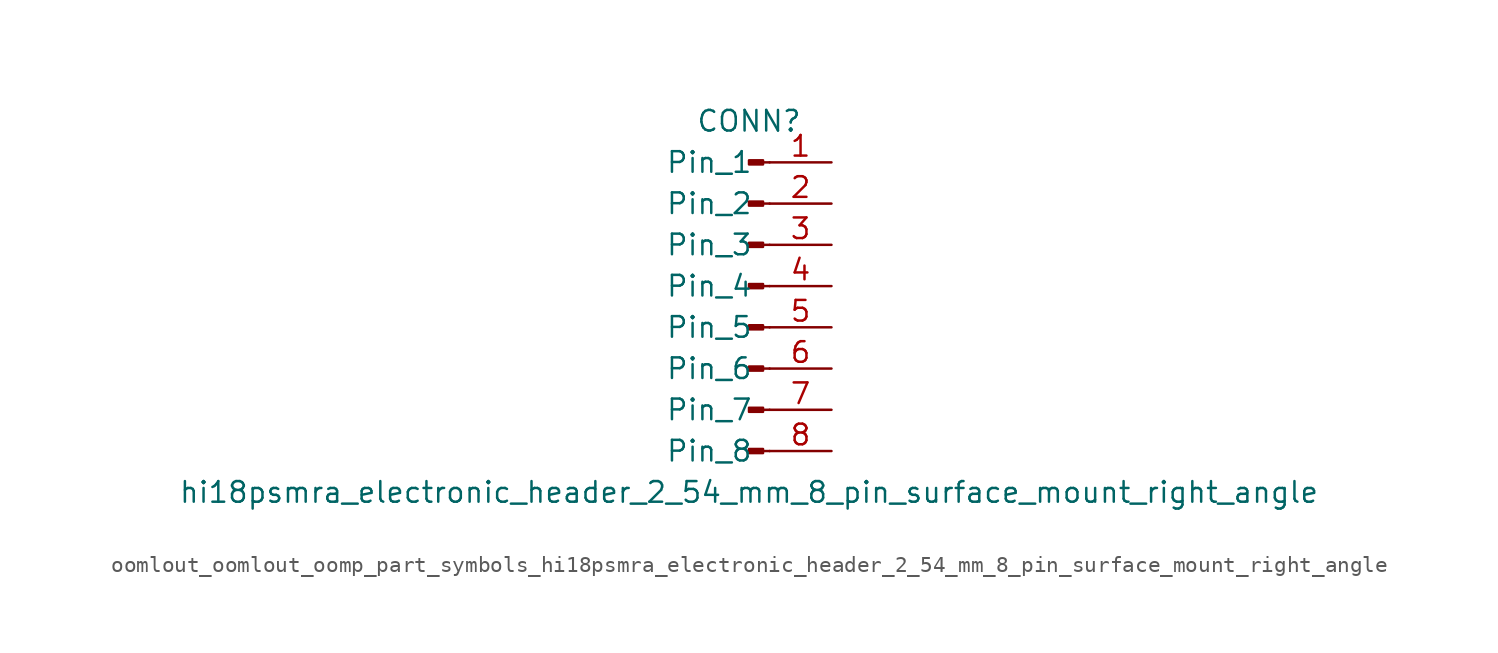
<source format=kicad_sym>
(kicad_symbol_lib
  (version 20220914)
  (generator kicad_symbol_editor)
  (symbol "oomlout_oomlout_oomp_part_symbols_hi18psmra_electronic_header_2_54_mm_8_pin_surface_mount_right_angle"
    (pin_names
      (offset 1.016))
    (property "Reference" "CONN"
      (at 0 10.16 0)
      (effects (font (size 1.27 1.27))))
    (property "Value" "hi18psmra_electronic_header_2_54_mm_8_pin_surface_mount_right_angle"
      (at 0 -12.7 0)
      (effects (font (size 1.27 1.27))))
    (property "ki_locked" ""
      (at 0 0 0)
      (effects (font (size 1.27 1.27))))
    (symbol "oomlout_oomlout_oomp_part_symbols_hi18psmra_electronic_header_2_54_mm_8_pin_surface_mount_right_angle_1_1"
      (polyline (pts (xy 1.27 -10.16) (xy 0.864 -10.16)) (stroke (width 0.152) (type default)) (fill (type none)))
      (polyline (pts (xy 1.27 -7.62) (xy 0.864 -7.62)) (stroke (width 0.152) (type default)) (fill (type none)))
      (polyline (pts (xy 1.27 -5.08) (xy 0.864 -5.08)) (stroke (width 0.152) (type default)) (fill (type none)))
      (polyline (pts (xy 1.27 -2.54) (xy 0.864 -2.54)) (stroke (width 0.152) (type default)) (fill (type none)))
      (polyline (pts (xy 1.27 0) (xy 0.864 0)) (stroke (width 0.152) (type default)) (fill (type none)))
      (polyline (pts (xy 1.27 2.54) (xy 0.864 2.54)) (stroke (width 0.152) (type default)) (fill (type none)))
      (polyline (pts (xy 1.27 5.08) (xy 0.864 5.08)) (stroke (width 0.152) (type default)) (fill (type none)))
      (polyline (pts (xy 1.27 7.62) (xy 0.864 7.62)) (stroke (width 0.152) (type default)) (fill (type none)))
      (rectangle (start 0.864 -10.033) (end 0 -10.287) (stroke (width 0.152) (type default)) (fill (type outline)))
      (rectangle (start 0.864 -7.493) (end 0 -7.747) (stroke (width 0.152) (type default)) (fill (type outline)))
      (rectangle (start 0.864 -4.953) (end 0 -5.207) (stroke (width 0.152) (type default)) (fill (type outline)))
      (rectangle (start 0.864 -2.413) (end 0 -2.667) (stroke (width 0.152) (type default)) (fill (type outline)))
      (rectangle (start 0.864 0.127) (end 0 -0.127) (stroke (width 0.152) (type default)) (fill (type outline)))
      (rectangle (start 0.864 2.667) (end 0 2.413) (stroke (width 0.152) (type default)) (fill (type outline)))
      (rectangle (start 0.864 5.207) (end 0 4.953) (stroke (width 0.152) (type default)) (fill (type outline)))
      (rectangle (start 0.864 7.747) (end 0 7.493) (stroke (width 0.152) (type default)) (fill (type outline)))
      (pin passive line (at 5.08 7.62 180) (length 3.81) (name "Pin_1" (effects (font (size 1.27 1.27)))) (number "1" (effects (font (size 1.27 1.27)))))
      (pin passive line (at 5.08 5.08 180) (length 3.81) (name "Pin_2" (effects (font (size 1.27 1.27)))) (number "2" (effects (font (size 1.27 1.27)))))
      (pin passive line (at 5.08 2.54 180) (length 3.81) (name "Pin_3" (effects (font (size 1.27 1.27)))) (number "3" (effects (font (size 1.27 1.27)))))
      (pin passive line (at 5.08 0 180) (length 3.81) (name "Pin_4" (effects (font (size 1.27 1.27)))) (number "4" (effects (font (size 1.27 1.27)))))
      (pin passive line (at 5.08 -2.54 180) (length 3.81) (name "Pin_5" (effects (font (size 1.27 1.27)))) (number "5" (effects (font (size 1.27 1.27)))))
      (pin passive line (at 5.08 -5.08 180) (length 3.81) (name "Pin_6" (effects (font (size 1.27 1.27)))) (number "6" (effects (font (size 1.27 1.27)))))
      (pin passive line (at 5.08 -7.62 180) (length 3.81) (name "Pin_7" (effects (font (size 1.27 1.27)))) (number "7" (effects (font (size 1.27 1.27)))))
      (pin passive line (at 5.08 -10.16 180) (length 3.81) (name "Pin_8" (effects (font (size 1.27 1.27)))) (number "8" (effects (font (size 1.27 1.27))))))))
</source>
